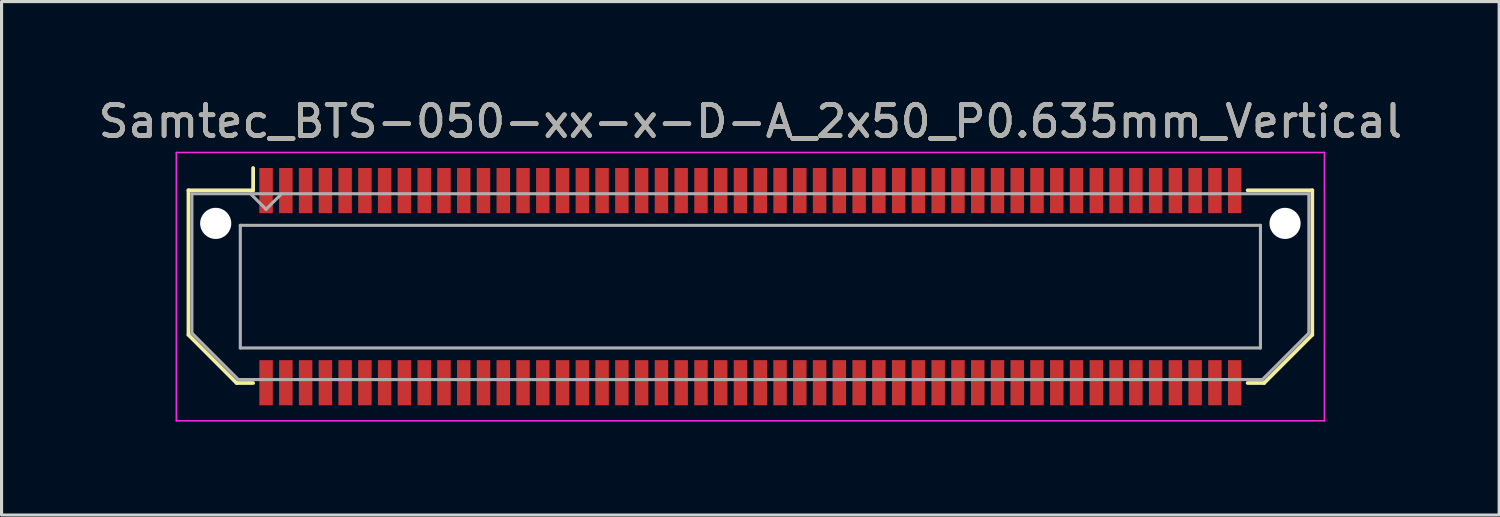
<source format=kicad_pcb>
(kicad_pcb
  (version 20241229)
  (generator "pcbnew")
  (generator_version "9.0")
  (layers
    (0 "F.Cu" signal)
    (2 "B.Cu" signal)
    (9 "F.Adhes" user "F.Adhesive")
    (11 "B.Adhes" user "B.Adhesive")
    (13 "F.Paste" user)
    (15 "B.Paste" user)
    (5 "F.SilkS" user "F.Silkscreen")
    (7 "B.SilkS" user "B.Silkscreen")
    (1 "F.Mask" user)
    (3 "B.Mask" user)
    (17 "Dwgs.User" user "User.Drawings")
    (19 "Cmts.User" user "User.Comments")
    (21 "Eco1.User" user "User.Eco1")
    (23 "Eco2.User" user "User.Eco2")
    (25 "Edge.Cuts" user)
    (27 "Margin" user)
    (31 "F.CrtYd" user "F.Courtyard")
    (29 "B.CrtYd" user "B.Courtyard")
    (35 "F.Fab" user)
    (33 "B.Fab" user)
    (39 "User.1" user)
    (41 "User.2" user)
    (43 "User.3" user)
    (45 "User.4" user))
  (footprint "Samtec_BTS-050-xx-x-D-A_2x50_P0.635mm_Vertical"
    (layer "F.Cu")
    (at 21.054 6.158)
    (property "Reference" "Samtec_BTS-050-xx-x-D-A_2x50_P0.635mm_Vertical" (at 0 -5.31 0) (layer "F.SilkS") (effects (font (size 1 1) (thickness 0.15))))
    (attr smd)
    (fp_line (start -18.05 -3.095) (end -18.05 1.548) (stroke (width 0.12) (type solid)) (layer "F.SilkS"))
    (fp_line (start -18.05 1.548) (end -16.503 3.095) (stroke (width 0.12) (type solid)) (layer "F.SilkS"))
    (fp_line (start -16.503 3.095) (end -15.973 3.095) (stroke (width 0.12) (type solid)) (layer "F.SilkS"))
    (fp_line (start -15.973 -3.811) (end -15.973 -3.095) (stroke (width 0.12) (type solid)) (layer "F.SilkS"))
    (fp_line (start -15.973 -3.095) (end -18.05 -3.095) (stroke (width 0.12) (type solid)) (layer "F.SilkS"))
    (fp_line (start 15.973 -3.095) (end 18.05 -3.095) (stroke (width 0.12) (type solid)) (layer "F.SilkS"))
    (fp_line (start 16.503 3.095) (end 15.973 3.095) (stroke (width 0.12) (type solid)) (layer "F.SilkS"))
    (fp_line (start 18.05 -3.095) (end 18.05 1.548) (stroke (width 0.12) (type solid)) (layer "F.SilkS"))
    (fp_line (start 18.05 1.548) (end 16.503 3.095) (stroke (width 0.12) (type solid)) (layer "F.SilkS"))
    (fp_line (start -18.44 -4.31) (end -18.44 4.31) (stroke (width 0.05) (type solid)) (layer "F.CrtYd"))
    (fp_line (start -18.44 4.31) (end 18.44 4.31) (stroke (width 0.05) (type solid)) (layer "F.CrtYd"))
    (fp_line (start 18.44 -4.31) (end -18.44 -4.31) (stroke (width 0.05) (type solid)) (layer "F.CrtYd"))
    (fp_line (start 18.44 4.31) (end 18.44 -4.31) (stroke (width 0.05) (type solid)) (layer "F.CrtYd"))
    (fp_line (start -17.94 -2.985) (end -17.94 1.492) (stroke (width 0.1) (type solid)) (layer "F.Fab"))
    (fp_line (start -17.94 -2.985) (end 17.94 -2.985) (stroke (width 0.1) (type solid)) (layer "F.Fab"))
    (fp_line (start -17.94 1.492) (end -16.448 2.985) (stroke (width 0.1) (type solid)) (layer "F.Fab"))
    (fp_line (start -16.448 2.985) (end 16.448 2.985) (stroke (width 0.1) (type solid)) (layer "F.Fab"))
    (fp_line (start -16.385 -1.97) (end -16.385 1.97) (stroke (width 0.1) (type solid)) (layer "F.Fab"))
    (fp_line (start -16.385 1.97) (end 16.385 1.97) (stroke (width 0.1) (type solid)) (layer "F.Fab"))
    (fp_line (start -15.557 -2.485) (end -16.058 -2.985) (stroke (width 0.1) (type solid)) (layer "F.Fab"))
    (fp_line (start -15.057 -2.985) (end -15.557 -2.485) (stroke (width 0.1) (type solid)) (layer "F.Fab"))
    (fp_line (start 16.385 -1.97) (end -16.385 -1.97) (stroke (width 0.1) (type solid)) (layer "F.Fab"))
    (fp_line (start 16.385 1.97) (end 16.385 -1.97) (stroke (width 0.1) (type solid)) (layer "F.Fab"))
    (fp_line (start 17.94 -2.985) (end 17.94 1.492) (stroke (width 0.1) (type solid)) (layer "F.Fab"))
    (fp_line (start 17.94 1.492) (end 16.448 2.985) (stroke (width 0.1) (type solid)) (layer "F.Fab"))
    (fp_text user "${REFERENCE}" (at 0 -5.31 0) (layer "F.Fab") (effects (font (size 1 1) (thickness 0.15))))
    (pad "" np_thru_hole circle (at -17.175 -2.032) (size 1 1) (drill 1) (layers "*.Cu" "*.Mask"))
    (pad "" np_thru_hole circle (at 17.175 -2.032) (size 1 1) (drill 1) (layers "*.Cu" "*.Mask"))
    (pad "1" smd rect (at -15.557 -3.086) (size 0.432 1.45) (layers "F.Cu" "F.Mask" "F.Paste"))
    (pad "2" smd rect (at -15.557 3.086) (size 0.432 1.45) (layers "F.Cu" "F.Mask" "F.Paste"))
    (pad "3" smd rect (at -14.922 -3.086) (size 0.432 1.45) (layers "F.Cu" "F.Mask" "F.Paste"))
    (pad "4" smd rect (at -14.922 3.086) (size 0.432 1.45) (layers "F.Cu" "F.Mask" "F.Paste"))
    (pad "5" smd rect (at -14.287 -3.086) (size 0.432 1.45) (layers "F.Cu" "F.Mask" "F.Paste"))
    (pad "6" smd rect (at -14.287 3.086) (size 0.432 1.45) (layers "F.Cu" "F.Mask" "F.Paste"))
    (pad "7" smd rect (at -13.652 -3.086) (size 0.432 1.45) (layers "F.Cu" "F.Mask" "F.Paste"))
    (pad "8" smd rect (at -13.652 3.086) (size 0.432 1.45) (layers "F.Cu" "F.Mask" "F.Paste"))
    (pad "9" smd rect (at -13.018 -3.086) (size 0.432 1.45) (layers "F.Cu" "F.Mask" "F.Paste"))
    (pad "10" smd rect (at -13.018 3.086) (size 0.432 1.45) (layers "F.Cu" "F.Mask" "F.Paste"))
    (pad "11" smd rect (at -12.383 -3.086) (size 0.432 1.45) (layers "F.Cu" "F.Mask" "F.Paste"))
    (pad "12" smd rect (at -12.383 3.086) (size 0.432 1.45) (layers "F.Cu" "F.Mask" "F.Paste"))
    (pad "13" smd rect (at -11.748 -3.086) (size 0.432 1.45) (layers "F.Cu" "F.Mask" "F.Paste"))
    (pad "14" smd rect (at -11.748 3.086) (size 0.432 1.45) (layers "F.Cu" "F.Mask" "F.Paste"))
    (pad "15" smd rect (at -11.113 -3.086) (size 0.432 1.45) (layers "F.Cu" "F.Mask" "F.Paste"))
    (pad "16" smd rect (at -11.113 3.086) (size 0.432 1.45) (layers "F.Cu" "F.Mask" "F.Paste"))
    (pad "17" smd rect (at -10.477 -3.086) (size 0.432 1.45) (layers "F.Cu" "F.Mask" "F.Paste"))
    (pad "18" smd rect (at -10.477 3.086) (size 0.432 1.45) (layers "F.Cu" "F.Mask" "F.Paste"))
    (pad "19" smd rect (at -9.842 -3.086) (size 0.432 1.45) (layers "F.Cu" "F.Mask" "F.Paste"))
    (pad "20" smd rect (at -9.842 3.086) (size 0.432 1.45) (layers "F.Cu" "F.Mask" "F.Paste"))
    (pad "21" smd rect (at -9.207 -3.086) (size 0.432 1.45) (layers "F.Cu" "F.Mask" "F.Paste"))
    (pad "22" smd rect (at -9.207 3.086) (size 0.432 1.45) (layers "F.Cu" "F.Mask" "F.Paste"))
    (pad "23" smd rect (at -8.572 -3.086) (size 0.432 1.45) (layers "F.Cu" "F.Mask" "F.Paste"))
    (pad "24" smd rect (at -8.572 3.086) (size 0.432 1.45) (layers "F.Cu" "F.Mask" "F.Paste"))
    (pad "25" smd rect (at -7.938 -3.086) (size 0.432 1.45) (layers "F.Cu" "F.Mask" "F.Paste"))
    (pad "26" smd rect (at -7.938 3.086) (size 0.432 1.45) (layers "F.Cu" "F.Mask" "F.Paste"))
    (pad "27" smd rect (at -7.303 -3.086) (size 0.432 1.45) (layers "F.Cu" "F.Mask" "F.Paste"))
    (pad "28" smd rect (at -7.303 3.086) (size 0.432 1.45) (layers "F.Cu" "F.Mask" "F.Paste"))
    (pad "29" smd rect (at -6.668 -3.086) (size 0.432 1.45) (layers "F.Cu" "F.Mask" "F.Paste"))
    (pad "30" smd rect (at -6.668 3.086) (size 0.432 1.45) (layers "F.Cu" "F.Mask" "F.Paste"))
    (pad "31" smd rect (at -6.032 -3.086) (size 0.432 1.45) (layers "F.Cu" "F.Mask" "F.Paste"))
    (pad "32" smd rect (at -6.032 3.086) (size 0.432 1.45) (layers "F.Cu" "F.Mask" "F.Paste"))
    (pad "33" smd rect (at -5.397 -3.086) (size 0.432 1.45) (layers "F.Cu" "F.Mask" "F.Paste"))
    (pad "34" smd rect (at -5.397 3.086) (size 0.432 1.45) (layers "F.Cu" "F.Mask" "F.Paste"))
    (pad "35" smd rect (at -4.763 -3.086) (size 0.432 1.45) (layers "F.Cu" "F.Mask" "F.Paste"))
    (pad "36" smd rect (at -4.763 3.086) (size 0.432 1.45) (layers "F.Cu" "F.Mask" "F.Paste"))
    (pad "37" smd rect (at -4.128 -3.086) (size 0.432 1.45) (layers "F.Cu" "F.Mask" "F.Paste"))
    (pad "38" smd rect (at -4.128 3.086) (size 0.432 1.45) (layers "F.Cu" "F.Mask" "F.Paste"))
    (pad "39" smd rect (at -3.493 -3.086) (size 0.432 1.45) (layers "F.Cu" "F.Mask" "F.Paste"))
    (pad "40" smd rect (at -3.493 3.086) (size 0.432 1.45) (layers "F.Cu" "F.Mask" "F.Paste"))
    (pad "41" smd rect (at -2.857 -3.086) (size 0.432 1.45) (layers "F.Cu" "F.Mask" "F.Paste"))
    (pad "42" smd rect (at -2.857 3.086) (size 0.432 1.45) (layers "F.Cu" "F.Mask" "F.Paste"))
    (pad "43" smd rect (at -2.223 -3.086) (size 0.432 1.45) (layers "F.Cu" "F.Mask" "F.Paste"))
    (pad "44" smd rect (at -2.223 3.086) (size 0.432 1.45) (layers "F.Cu" "F.Mask" "F.Paste"))
    (pad "45" smd rect (at -1.587 -3.086) (size 0.432 1.45) (layers "F.Cu" "F.Mask" "F.Paste"))
    (pad "46" smd rect (at -1.587 3.086) (size 0.432 1.45) (layers "F.Cu" "F.Mask" "F.Paste"))
    (pad "47" smd rect (at -0.953 -3.086) (size 0.432 1.45) (layers "F.Cu" "F.Mask" "F.Paste"))
    (pad "48" smd rect (at -0.953 3.086) (size 0.432 1.45) (layers "F.Cu" "F.Mask" "F.Paste"))
    (pad "49" smd rect (at -0.318 -3.086) (size 0.432 1.45) (layers "F.Cu" "F.Mask" "F.Paste"))
    (pad "50" smd rect (at -0.318 3.086) (size 0.432 1.45) (layers "F.Cu" "F.Mask" "F.Paste"))
    (pad "51" smd rect (at 0.318 -3.086) (size 0.432 1.45) (layers "F.Cu" "F.Mask" "F.Paste"))
    (pad "52" smd rect (at 0.318 3.086) (size 0.432 1.45) (layers "F.Cu" "F.Mask" "F.Paste"))
    (pad "53" smd rect (at 0.953 -3.086) (size 0.432 1.45) (layers "F.Cu" "F.Mask" "F.Paste"))
    (pad "54" smd rect (at 0.953 3.086) (size 0.432 1.45) (layers "F.Cu" "F.Mask" "F.Paste"))
    (pad "55" smd rect (at 1.587 -3.086) (size 0.432 1.45) (layers "F.Cu" "F.Mask" "F.Paste"))
    (pad "56" smd rect (at 1.587 3.086) (size 0.432 1.45) (layers "F.Cu" "F.Mask" "F.Paste"))
    (pad "57" smd rect (at 2.223 -3.086) (size 0.432 1.45) (layers "F.Cu" "F.Mask" "F.Paste"))
    (pad "58" smd rect (at 2.223 3.086) (size 0.432 1.45) (layers "F.Cu" "F.Mask" "F.Paste"))
    (pad "59" smd rect (at 2.857 -3.086) (size 0.432 1.45) (layers "F.Cu" "F.Mask" "F.Paste"))
    (pad "60" smd rect (at 2.857 3.086) (size 0.432 1.45) (layers "F.Cu" "F.Mask" "F.Paste"))
    (pad "61" smd rect (at 3.493 -3.086) (size 0.432 1.45) (layers "F.Cu" "F.Mask" "F.Paste"))
    (pad "62" smd rect (at 3.493 3.086) (size 0.432 1.45) (layers "F.Cu" "F.Mask" "F.Paste"))
    (pad "63" smd rect (at 4.128 -3.086) (size 0.432 1.45) (layers "F.Cu" "F.Mask" "F.Paste"))
    (pad "64" smd rect (at 4.128 3.086) (size 0.432 1.45) (layers "F.Cu" "F.Mask" "F.Paste"))
    (pad "65" smd rect (at 4.763 -3.086) (size 0.432 1.45) (layers "F.Cu" "F.Mask" "F.Paste"))
    (pad "66" smd rect (at 4.763 3.086) (size 0.432 1.45) (layers "F.Cu" "F.Mask" "F.Paste"))
    (pad "67" smd rect (at 5.397 -3.086) (size 0.432 1.45) (layers "F.Cu" "F.Mask" "F.Paste"))
    (pad "68" smd rect (at 5.397 3.086) (size 0.432 1.45) (layers "F.Cu" "F.Mask" "F.Paste"))
    (pad "69" smd rect (at 6.032 -3.086) (size 0.432 1.45) (layers "F.Cu" "F.Mask" "F.Paste"))
    (pad "70" smd rect (at 6.032 3.086) (size 0.432 1.45) (layers "F.Cu" "F.Mask" "F.Paste"))
    (pad "71" smd rect (at 6.668 -3.086) (size 0.432 1.45) (layers "F.Cu" "F.Mask" "F.Paste"))
    (pad "72" smd rect (at 6.668 3.086) (size 0.432 1.45) (layers "F.Cu" "F.Mask" "F.Paste"))
    (pad "73" smd rect (at 7.303 -3.086) (size 0.432 1.45) (layers "F.Cu" "F.Mask" "F.Paste"))
    (pad "74" smd rect (at 7.303 3.086) (size 0.432 1.45) (layers "F.Cu" "F.Mask" "F.Paste"))
    (pad "75" smd rect (at 7.938 -3.086) (size 0.432 1.45) (layers "F.Cu" "F.Mask" "F.Paste"))
    (pad "76" smd rect (at 7.938 3.086) (size 0.432 1.45) (layers "F.Cu" "F.Mask" "F.Paste"))
    (pad "77" smd rect (at 8.572 -3.086) (size 0.432 1.45) (layers "F.Cu" "F.Mask" "F.Paste"))
    (pad "78" smd rect (at 8.572 3.086) (size 0.432 1.45) (layers "F.Cu" "F.Mask" "F.Paste"))
    (pad "79" smd rect (at 9.207 -3.086) (size 0.432 1.45) (layers "F.Cu" "F.Mask" "F.Paste"))
    (pad "80" smd rect (at 9.207 3.086) (size 0.432 1.45) (layers "F.Cu" "F.Mask" "F.Paste"))
    (pad "81" smd rect (at 9.842 -3.086) (size 0.432 1.45) (layers "F.Cu" "F.Mask" "F.Paste"))
    (pad "82" smd rect (at 9.842 3.086) (size 0.432 1.45) (layers "F.Cu" "F.Mask" "F.Paste"))
    (pad "83" smd rect (at 10.477 -3.086) (size 0.432 1.45) (layers "F.Cu" "F.Mask" "F.Paste"))
    (pad "84" smd rect (at 10.477 3.086) (size 0.432 1.45) (layers "F.Cu" "F.Mask" "F.Paste"))
    (pad "85" smd rect (at 11.113 -3.086) (size 0.432 1.45) (layers "F.Cu" "F.Mask" "F.Paste"))
    (pad "86" smd rect (at 11.113 3.086) (size 0.432 1.45) (layers "F.Cu" "F.Mask" "F.Paste"))
    (pad "87" smd rect (at 11.748 -3.086) (size 0.432 1.45) (layers "F.Cu" "F.Mask" "F.Paste"))
    (pad "88" smd rect (at 11.748 3.086) (size 0.432 1.45) (layers "F.Cu" "F.Mask" "F.Paste"))
    (pad "89" smd rect (at 12.383 -3.086) (size 0.432 1.45) (layers "F.Cu" "F.Mask" "F.Paste"))
    (pad "90" smd rect (at 12.383 3.086) (size 0.432 1.45) (layers "F.Cu" "F.Mask" "F.Paste"))
    (pad "91" smd rect (at 13.018 -3.086) (size 0.432 1.45) (layers "F.Cu" "F.Mask" "F.Paste"))
    (pad "92" smd rect (at 13.018 3.086) (size 0.432 1.45) (layers "F.Cu" "F.Mask" "F.Paste"))
    (pad "93" smd rect (at 13.652 -3.086) (size 0.432 1.45) (layers "F.Cu" "F.Mask" "F.Paste"))
    (pad "94" smd rect (at 13.652 3.086) (size 0.432 1.45) (layers "F.Cu" "F.Mask" "F.Paste"))
    (pad "95" smd rect (at 14.287 -3.086) (size 0.432 1.45) (layers "F.Cu" "F.Mask" "F.Paste"))
    (pad "96" smd rect (at 14.287 3.086) (size 0.432 1.45) (layers "F.Cu" "F.Mask" "F.Paste"))
    (pad "97" smd rect (at 14.922 -3.086) (size 0.432 1.45) (layers "F.Cu" "F.Mask" "F.Paste"))
    (pad "98" smd rect (at 14.922 3.086) (size 0.432 1.45) (layers "F.Cu" "F.Mask" "F.Paste"))
    (pad "99" smd rect (at 15.557 -3.086) (size 0.432 1.45) (layers "F.Cu" "F.Mask" "F.Paste"))
    (pad "100" smd rect (at 15.557 3.086) (size 0.432 1.45) (layers "F.Cu" "F.Mask" "F.Paste")))
  (gr_rect
    (start -3 -3)
    (end 45.107 13.493)
    (stroke (width 0.1) (type default))
    (fill no)
    (layer "Edge.Cuts")))
</source>
